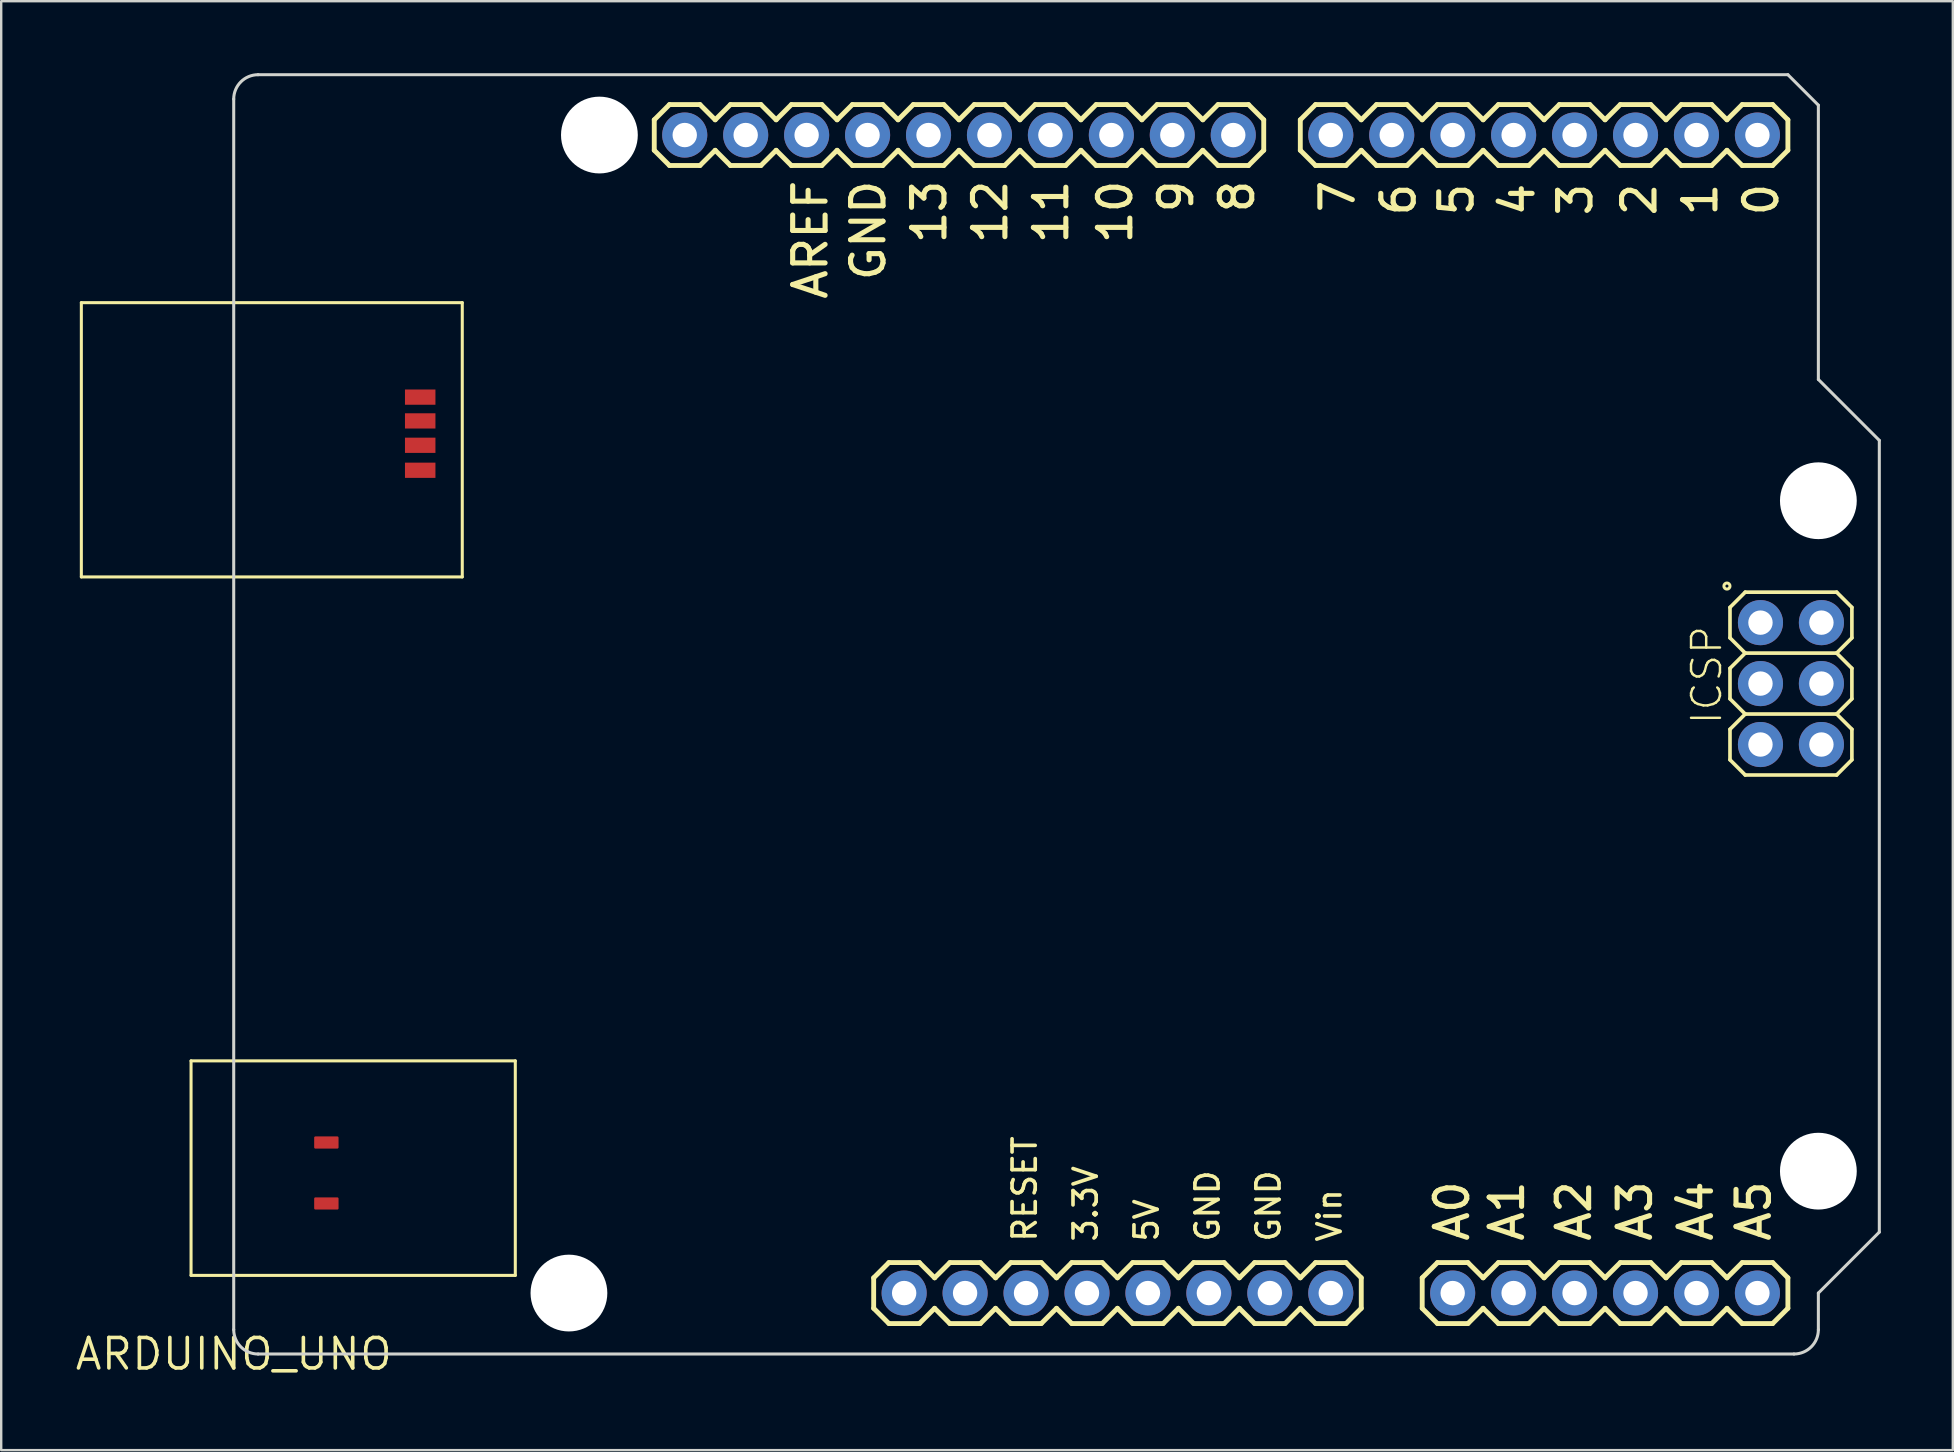
<source format=kicad_pcb>
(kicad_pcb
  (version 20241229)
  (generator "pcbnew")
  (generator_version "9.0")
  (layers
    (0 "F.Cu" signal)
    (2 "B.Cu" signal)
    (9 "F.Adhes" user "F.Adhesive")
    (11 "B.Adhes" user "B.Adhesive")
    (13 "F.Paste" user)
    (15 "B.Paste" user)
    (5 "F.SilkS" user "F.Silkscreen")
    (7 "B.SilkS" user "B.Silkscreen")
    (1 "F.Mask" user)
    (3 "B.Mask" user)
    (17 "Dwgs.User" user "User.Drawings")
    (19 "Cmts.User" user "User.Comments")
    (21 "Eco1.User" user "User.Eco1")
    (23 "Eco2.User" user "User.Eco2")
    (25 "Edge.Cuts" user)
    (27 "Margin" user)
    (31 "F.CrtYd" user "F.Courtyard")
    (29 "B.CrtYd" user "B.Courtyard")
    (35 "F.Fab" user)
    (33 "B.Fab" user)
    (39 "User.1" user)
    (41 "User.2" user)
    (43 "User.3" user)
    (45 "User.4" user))
  (footprint "ARDUINO_UNO"
    (layer "F.Cu")
    (at 6.69 53.378)
    (property "Reference" "ARDUINO_UNO" (at 0 0 0) (layer "F.SilkS") (effects (font (size 1.27 1.27) (thickness 0.15))))
    (attr through_hole)
    (fp_line (start -6.35 -43.815) (end -6.35 -32.385) (stroke (width 0.127) (type solid)) (layer "F.SilkS"))
    (fp_line (start -6.35 -32.385) (end 9.525 -32.385) (stroke (width 0.127) (type solid)) (layer "F.SilkS"))
    (fp_line (start -1.778 -12.217) (end -1.778 -3.277) (stroke (width 0.127) (type solid)) (layer "F.SilkS"))
    (fp_line (start -1.778 -3.277) (end 11.735 -3.277) (stroke (width 0.127) (type solid)) (layer "F.SilkS"))
    (fp_line (start 9.525 -43.815) (end -6.35 -43.815) (stroke (width 0.127) (type solid)) (layer "F.SilkS"))
    (fp_line (start 9.525 -32.385) (end 9.525 -43.815) (stroke (width 0.127) (type solid)) (layer "F.SilkS"))
    (fp_line (start 11.735 -12.217) (end -1.778 -12.217) (stroke (width 0.127) (type solid)) (layer "F.SilkS"))
    (fp_line (start 11.735 -3.277) (end 11.735 -12.217) (stroke (width 0.127) (type solid)) (layer "F.SilkS"))
    (fp_line (start 17.526 -51.435) (end 17.526 -50.165) (stroke (width 0.203) (type solid)) (layer "F.SilkS"))
    (fp_line (start 17.526 -50.165) (end 18.161 -49.53) (stroke (width 0.203) (type solid)) (layer "F.SilkS"))
    (fp_line (start 18.161 -52.07) (end 17.526 -51.435) (stroke (width 0.203) (type solid)) (layer "F.SilkS"))
    (fp_line (start 18.161 -52.07) (end 19.431 -52.07) (stroke (width 0.203) (type solid)) (layer "F.SilkS"))
    (fp_line (start 19.431 -52.07) (end 20.066 -51.435) (stroke (width 0.203) (type solid)) (layer "F.SilkS"))
    (fp_line (start 19.431 -49.53) (end 18.161 -49.53) (stroke (width 0.203) (type solid)) (layer "F.SilkS"))
    (fp_line (start 20.066 -50.165) (end 19.431 -49.53) (stroke (width 0.203) (type solid)) (layer "F.SilkS"))
    (fp_line (start 20.066 -50.165) (end 20.701 -49.53) (stroke (width 0.203) (type solid)) (layer "F.SilkS"))
    (fp_line (start 20.701 -52.07) (end 20.066 -51.435) (stroke (width 0.203) (type solid)) (layer "F.SilkS"))
    (fp_line (start 20.701 -52.07) (end 21.971 -52.07) (stroke (width 0.203) (type solid)) (layer "F.SilkS"))
    (fp_line (start 21.971 -52.07) (end 22.606 -51.435) (stroke (width 0.203) (type solid)) (layer "F.SilkS"))
    (fp_line (start 21.971 -49.53) (end 20.701 -49.53) (stroke (width 0.203) (type solid)) (layer "F.SilkS"))
    (fp_line (start 22.606 -50.165) (end 21.971 -49.53) (stroke (width 0.203) (type solid)) (layer "F.SilkS"))
    (fp_line (start 22.606 -50.165) (end 23.241 -49.53) (stroke (width 0.203) (type solid)) (layer "F.SilkS"))
    (fp_line (start 23.241 -52.07) (end 22.606 -51.435) (stroke (width 0.203) (type solid)) (layer "F.SilkS"))
    (fp_line (start 23.241 -52.07) (end 24.511 -52.07) (stroke (width 0.203) (type solid)) (layer "F.SilkS"))
    (fp_line (start 24.511 -52.07) (end 25.146 -51.435) (stroke (width 0.203) (type solid)) (layer "F.SilkS"))
    (fp_line (start 24.511 -49.53) (end 23.241 -49.53) (stroke (width 0.203) (type solid)) (layer "F.SilkS"))
    (fp_line (start 25.146 -51.435) (end 25.781 -52.07) (stroke (width 0.203) (type solid)) (layer "F.SilkS"))
    (fp_line (start 25.146 -50.165) (end 24.511 -49.53) (stroke (width 0.203) (type solid)) (layer "F.SilkS"))
    (fp_line (start 25.781 -52.07) (end 27.051 -52.07) (stroke (width 0.203) (type solid)) (layer "F.SilkS"))
    (fp_line (start 25.781 -49.53) (end 25.146 -50.165) (stroke (width 0.203) (type solid)) (layer "F.SilkS"))
    (fp_line (start 26.67 -3.175) (end 26.67 -1.905) (stroke (width 0.203) (type solid)) (layer "F.SilkS"))
    (fp_line (start 26.67 -1.905) (end 27.305 -1.27) (stroke (width 0.203) (type solid)) (layer "F.SilkS"))
    (fp_line (start 27.051 -52.07) (end 27.686 -51.435) (stroke (width 0.203) (type solid)) (layer "F.SilkS"))
    (fp_line (start 27.051 -49.53) (end 25.781 -49.53) (stroke (width 0.203) (type solid)) (layer "F.SilkS"))
    (fp_line (start 27.305 -3.81) (end 26.67 -3.175) (stroke (width 0.203) (type solid)) (layer "F.SilkS"))
    (fp_line (start 27.305 -3.81) (end 28.575 -3.81) (stroke (width 0.203) (type solid)) (layer "F.SilkS"))
    (fp_line (start 27.686 -51.435) (end 28.321 -52.07) (stroke (width 0.203) (type solid)) (layer "F.SilkS"))
    (fp_line (start 27.686 -50.165) (end 27.051 -49.53) (stroke (width 0.203) (type solid)) (layer "F.SilkS"))
    (fp_line (start 28.321 -52.07) (end 29.591 -52.07) (stroke (width 0.203) (type solid)) (layer "F.SilkS"))
    (fp_line (start 28.321 -49.53) (end 27.686 -50.165) (stroke (width 0.203) (type solid)) (layer "F.SilkS"))
    (fp_line (start 28.575 -3.81) (end 29.21 -3.175) (stroke (width 0.203) (type solid)) (layer "F.SilkS"))
    (fp_line (start 28.575 -1.27) (end 27.305 -1.27) (stroke (width 0.203) (type solid)) (layer "F.SilkS"))
    (fp_line (start 29.21 -1.905) (end 28.575 -1.27) (stroke (width 0.203) (type solid)) (layer "F.SilkS"))
    (fp_line (start 29.21 -1.905) (end 29.845 -1.27) (stroke (width 0.203) (type solid)) (layer "F.SilkS"))
    (fp_line (start 29.591 -52.07) (end 30.226 -51.435) (stroke (width 0.203) (type solid)) (layer "F.SilkS"))
    (fp_line (start 29.591 -49.53) (end 28.321 -49.53) (stroke (width 0.203) (type solid)) (layer "F.SilkS"))
    (fp_line (start 29.845 -3.81) (end 29.21 -3.175) (stroke (width 0.203) (type solid)) (layer "F.SilkS"))
    (fp_line (start 29.845 -3.81) (end 31.115 -3.81) (stroke (width 0.203) (type solid)) (layer "F.SilkS"))
    (fp_line (start 30.226 -50.165) (end 29.591 -49.53) (stroke (width 0.203) (type solid)) (layer "F.SilkS"))
    (fp_line (start 30.226 -50.165) (end 30.861 -49.53) (stroke (width 0.203) (type solid)) (layer "F.SilkS"))
    (fp_line (start 30.861 -52.07) (end 30.226 -51.435) (stroke (width 0.203) (type solid)) (layer "F.SilkS"))
    (fp_line (start 30.861 -52.07) (end 32.131 -52.07) (stroke (width 0.203) (type solid)) (layer "F.SilkS"))
    (fp_line (start 31.115 -3.81) (end 31.75 -3.175) (stroke (width 0.203) (type solid)) (layer "F.SilkS"))
    (fp_line (start 31.115 -1.27) (end 29.845 -1.27) (stroke (width 0.203) (type solid)) (layer "F.SilkS"))
    (fp_line (start 31.75 -1.905) (end 31.115 -1.27) (stroke (width 0.203) (type solid)) (layer "F.SilkS"))
    (fp_line (start 31.75 -1.905) (end 32.385 -1.27) (stroke (width 0.203) (type solid)) (layer "F.SilkS"))
    (fp_line (start 32.131 -52.07) (end 32.766 -51.435) (stroke (width 0.203) (type solid)) (layer "F.SilkS"))
    (fp_line (start 32.131 -49.53) (end 30.861 -49.53) (stroke (width 0.203) (type solid)) (layer "F.SilkS"))
    (fp_line (start 32.385 -3.81) (end 31.75 -3.175) (stroke (width 0.203) (type solid)) (layer "F.SilkS"))
    (fp_line (start 32.385 -3.81) (end 33.655 -3.81) (stroke (width 0.203) (type solid)) (layer "F.SilkS"))
    (fp_line (start 32.766 -51.435) (end 33.401 -52.07) (stroke (width 0.203) (type solid)) (layer "F.SilkS"))
    (fp_line (start 32.766 -50.165) (end 32.131 -49.53) (stroke (width 0.203) (type solid)) (layer "F.SilkS"))
    (fp_line (start 33.401 -52.07) (end 34.671 -52.07) (stroke (width 0.203) (type solid)) (layer "F.SilkS"))
    (fp_line (start 33.401 -49.53) (end 32.766 -50.165) (stroke (width 0.203) (type solid)) (layer "F.SilkS"))
    (fp_line (start 33.655 -3.81) (end 34.29 -3.175) (stroke (width 0.203) (type solid)) (layer "F.SilkS"))
    (fp_line (start 33.655 -1.27) (end 32.385 -1.27) (stroke (width 0.203) (type solid)) (layer "F.SilkS"))
    (fp_line (start 34.29 -3.175) (end 34.925 -3.81) (stroke (width 0.203) (type solid)) (layer "F.SilkS"))
    (fp_line (start 34.29 -1.905) (end 33.655 -1.27) (stroke (width 0.203) (type solid)) (layer "F.SilkS"))
    (fp_line (start 34.671 -52.07) (end 35.306 -51.435) (stroke (width 0.203) (type solid)) (layer "F.SilkS"))
    (fp_line (start 34.671 -49.53) (end 33.401 -49.53) (stroke (width 0.203) (type solid)) (layer "F.SilkS"))
    (fp_line (start 34.925 -3.81) (end 36.195 -3.81) (stroke (width 0.203) (type solid)) (layer "F.SilkS"))
    (fp_line (start 34.925 -1.27) (end 34.29 -1.905) (stroke (width 0.203) (type solid)) (layer "F.SilkS"))
    (fp_line (start 35.306 -51.435) (end 35.941 -52.07) (stroke (width 0.203) (type solid)) (layer "F.SilkS"))
    (fp_line (start 35.306 -50.165) (end 34.671 -49.53) (stroke (width 0.203) (type solid)) (layer "F.SilkS"))
    (fp_line (start 35.941 -52.07) (end 37.211 -52.07) (stroke (width 0.203) (type solid)) (layer "F.SilkS"))
    (fp_line (start 35.941 -49.53) (end 35.306 -50.165) (stroke (width 0.203) (type solid)) (layer "F.SilkS"))
    (fp_line (start 36.195 -3.81) (end 36.83 -3.175) (stroke (width 0.203) (type solid)) (layer "F.SilkS"))
    (fp_line (start 36.195 -1.27) (end 34.925 -1.27) (stroke (width 0.203) (type solid)) (layer "F.SilkS"))
    (fp_line (start 36.83 -3.175) (end 37.465 -3.81) (stroke (width 0.203) (type solid)) (layer "F.SilkS"))
    (fp_line (start 36.83 -1.905) (end 36.195 -1.27) (stroke (width 0.203) (type solid)) (layer "F.SilkS"))
    (fp_line (start 37.211 -52.07) (end 37.846 -51.435) (stroke (width 0.203) (type solid)) (layer "F.SilkS"))
    (fp_line (start 37.211 -49.53) (end 35.941 -49.53) (stroke (width 0.203) (type solid)) (layer "F.SilkS"))
    (fp_line (start 37.465 -3.81) (end 38.735 -3.81) (stroke (width 0.203) (type solid)) (layer "F.SilkS"))
    (fp_line (start 37.465 -1.27) (end 36.83 -1.905) (stroke (width 0.203) (type solid)) (layer "F.SilkS"))
    (fp_line (start 37.846 -50.165) (end 37.211 -49.53) (stroke (width 0.203) (type solid)) (layer "F.SilkS"))
    (fp_line (start 37.846 -50.165) (end 38.481 -49.53) (stroke (width 0.203) (type solid)) (layer "F.SilkS"))
    (fp_line (start 38.481 -52.07) (end 37.846 -51.435) (stroke (width 0.203) (type solid)) (layer "F.SilkS"))
    (fp_line (start 38.481 -52.07) (end 39.751 -52.07) (stroke (width 0.203) (type solid)) (layer "F.SilkS"))
    (fp_line (start 38.735 -3.81) (end 39.37 -3.175) (stroke (width 0.203) (type solid)) (layer "F.SilkS"))
    (fp_line (start 38.735 -1.27) (end 37.465 -1.27) (stroke (width 0.203) (type solid)) (layer "F.SilkS"))
    (fp_line (start 39.37 -1.905) (end 38.735 -1.27) (stroke (width 0.203) (type solid)) (layer "F.SilkS"))
    (fp_line (start 39.37 -1.905) (end 40.005 -1.27) (stroke (width 0.203) (type solid)) (layer "F.SilkS"))
    (fp_line (start 39.751 -52.07) (end 40.386 -51.435) (stroke (width 0.203) (type solid)) (layer "F.SilkS"))
    (fp_line (start 39.751 -49.53) (end 38.481 -49.53) (stroke (width 0.203) (type solid)) (layer "F.SilkS"))
    (fp_line (start 40.005 -3.81) (end 39.37 -3.175) (stroke (width 0.203) (type solid)) (layer "F.SilkS"))
    (fp_line (start 40.005 -3.81) (end 41.275 -3.81) (stroke (width 0.203) (type solid)) (layer "F.SilkS"))
    (fp_line (start 40.386 -50.165) (end 39.751 -49.53) (stroke (width 0.203) (type solid)) (layer "F.SilkS"))
    (fp_line (start 40.386 -50.165) (end 41.021 -49.53) (stroke (width 0.203) (type solid)) (layer "F.SilkS"))
    (fp_line (start 41.021 -52.07) (end 40.386 -51.435) (stroke (width 0.203) (type solid)) (layer "F.SilkS"))
    (fp_line (start 41.021 -52.07) (end 42.291 -52.07) (stroke (width 0.203) (type solid)) (layer "F.SilkS"))
    (fp_line (start 41.275 -3.81) (end 41.91 -3.175) (stroke (width 0.203) (type solid)) (layer "F.SilkS"))
    (fp_line (start 41.275 -1.27) (end 40.005 -1.27) (stroke (width 0.203) (type solid)) (layer "F.SilkS"))
    (fp_line (start 41.91 -3.175) (end 42.545 -3.81) (stroke (width 0.203) (type solid)) (layer "F.SilkS"))
    (fp_line (start 41.91 -1.905) (end 41.275 -1.27) (stroke (width 0.203) (type solid)) (layer "F.SilkS"))
    (fp_line (start 42.291 -52.07) (end 42.926 -51.435) (stroke (width 0.203) (type solid)) (layer "F.SilkS"))
    (fp_line (start 42.291 -49.53) (end 41.021 -49.53) (stroke (width 0.203) (type solid)) (layer "F.SilkS"))
    (fp_line (start 42.545 -3.81) (end 43.815 -3.81) (stroke (width 0.203) (type solid)) (layer "F.SilkS"))
    (fp_line (start 42.545 -1.27) (end 41.91 -1.905) (stroke (width 0.203) (type solid)) (layer "F.SilkS"))
    (fp_line (start 42.926 -51.435) (end 42.926 -50.165) (stroke (width 0.203) (type solid)) (layer "F.SilkS"))
    (fp_line (start 42.926 -50.165) (end 42.291 -49.53) (stroke (width 0.203) (type solid)) (layer "F.SilkS"))
    (fp_line (start 43.815 -3.81) (end 44.45 -3.175) (stroke (width 0.203) (type solid)) (layer "F.SilkS"))
    (fp_line (start 43.815 -1.27) (end 42.545 -1.27) (stroke (width 0.203) (type solid)) (layer "F.SilkS"))
    (fp_line (start 44.45 -51.435) (end 44.45 -50.165) (stroke (width 0.203) (type solid)) (layer "F.SilkS"))
    (fp_line (start 44.45 -50.165) (end 45.085 -49.53) (stroke (width 0.203) (type solid)) (layer "F.SilkS"))
    (fp_line (start 44.45 -3.175) (end 45.085 -3.81) (stroke (width 0.203) (type solid)) (layer "F.SilkS"))
    (fp_line (start 44.45 -1.905) (end 43.815 -1.27) (stroke (width 0.203) (type solid)) (layer "F.SilkS"))
    (fp_line (start 45.085 -52.07) (end 44.45 -51.435) (stroke (width 0.203) (type solid)) (layer "F.SilkS"))
    (fp_line (start 45.085 -52.07) (end 46.355 -52.07) (stroke (width 0.203) (type solid)) (layer "F.SilkS"))
    (fp_line (start 45.085 -3.81) (end 46.355 -3.81) (stroke (width 0.203) (type solid)) (layer "F.SilkS"))
    (fp_line (start 45.085 -1.27) (end 44.45 -1.905) (stroke (width 0.203) (type solid)) (layer "F.SilkS"))
    (fp_line (start 46.355 -52.07) (end 46.99 -51.435) (stroke (width 0.203) (type solid)) (layer "F.SilkS"))
    (fp_line (start 46.355 -49.53) (end 45.085 -49.53) (stroke (width 0.203) (type solid)) (layer "F.SilkS"))
    (fp_line (start 46.355 -3.81) (end 46.99 -3.175) (stroke (width 0.203) (type solid)) (layer "F.SilkS"))
    (fp_line (start 46.355 -1.27) (end 45.085 -1.27) (stroke (width 0.203) (type solid)) (layer "F.SilkS"))
    (fp_line (start 46.99 -51.435) (end 47.625 -52.07) (stroke (width 0.203) (type solid)) (layer "F.SilkS"))
    (fp_line (start 46.99 -50.165) (end 46.355 -49.53) (stroke (width 0.203) (type solid)) (layer "F.SilkS"))
    (fp_line (start 46.99 -3.175) (end 46.99 -1.905) (stroke (width 0.203) (type solid)) (layer "F.SilkS"))
    (fp_line (start 46.99 -1.905) (end 46.355 -1.27) (stroke (width 0.203) (type solid)) (layer "F.SilkS"))
    (fp_line (start 47.625 -52.07) (end 48.895 -52.07) (stroke (width 0.203) (type solid)) (layer "F.SilkS"))
    (fp_line (start 47.625 -49.53) (end 46.99 -50.165) (stroke (width 0.203) (type solid)) (layer "F.SilkS"))
    (fp_line (start 48.895 -52.07) (end 49.53 -51.435) (stroke (width 0.203) (type solid)) (layer "F.SilkS"))
    (fp_line (start 48.895 -49.53) (end 47.625 -49.53) (stroke (width 0.203) (type solid)) (layer "F.SilkS"))
    (fp_line (start 49.53 -51.435) (end 50.165 -52.07) (stroke (width 0.203) (type solid)) (layer "F.SilkS"))
    (fp_line (start 49.53 -50.165) (end 48.895 -49.53) (stroke (width 0.203) (type solid)) (layer "F.SilkS"))
    (fp_line (start 49.53 -3.175) (end 49.53 -1.905) (stroke (width 0.203) (type solid)) (layer "F.SilkS"))
    (fp_line (start 49.53 -1.905) (end 50.165 -1.27) (stroke (width 0.203) (type solid)) (layer "F.SilkS"))
    (fp_line (start 50.165 -52.07) (end 51.435 -52.07) (stroke (width 0.203) (type solid)) (layer "F.SilkS"))
    (fp_line (start 50.165 -49.53) (end 49.53 -50.165) (stroke (width 0.203) (type solid)) (layer "F.SilkS"))
    (fp_line (start 50.165 -3.81) (end 49.53 -3.175) (stroke (width 0.203) (type solid)) (layer "F.SilkS"))
    (fp_line (start 50.165 -3.81) (end 51.435 -3.81) (stroke (width 0.203) (type solid)) (layer "F.SilkS"))
    (fp_line (start 51.435 -52.07) (end 52.07 -51.435) (stroke (width 0.203) (type solid)) (layer "F.SilkS"))
    (fp_line (start 51.435 -49.53) (end 50.165 -49.53) (stroke (width 0.203) (type solid)) (layer "F.SilkS"))
    (fp_line (start 51.435 -3.81) (end 52.07 -3.175) (stroke (width 0.203) (type solid)) (layer "F.SilkS"))
    (fp_line (start 51.435 -1.27) (end 50.165 -1.27) (stroke (width 0.203) (type solid)) (layer "F.SilkS"))
    (fp_line (start 52.07 -50.165) (end 51.435 -49.53) (stroke (width 0.203) (type solid)) (layer "F.SilkS"))
    (fp_line (start 52.07 -50.165) (end 52.705 -49.53) (stroke (width 0.203) (type solid)) (layer "F.SilkS"))
    (fp_line (start 52.07 -3.175) (end 52.705 -3.81) (stroke (width 0.203) (type solid)) (layer "F.SilkS"))
    (fp_line (start 52.07 -1.905) (end 51.435 -1.27) (stroke (width 0.203) (type solid)) (layer "F.SilkS"))
    (fp_line (start 52.705 -52.07) (end 52.07 -51.435) (stroke (width 0.203) (type solid)) (layer "F.SilkS"))
    (fp_line (start 52.705 -52.07) (end 53.975 -52.07) (stroke (width 0.203) (type solid)) (layer "F.SilkS"))
    (fp_line (start 52.705 -3.81) (end 53.975 -3.81) (stroke (width 0.203) (type solid)) (layer "F.SilkS"))
    (fp_line (start 52.705 -1.27) (end 52.07 -1.905) (stroke (width 0.203) (type solid)) (layer "F.SilkS"))
    (fp_line (start 53.975 -52.07) (end 54.61 -51.435) (stroke (width 0.203) (type solid)) (layer "F.SilkS"))
    (fp_line (start 53.975 -49.53) (end 52.705 -49.53) (stroke (width 0.203) (type solid)) (layer "F.SilkS"))
    (fp_line (start 53.975 -3.81) (end 54.61 -3.175) (stroke (width 0.203) (type solid)) (layer "F.SilkS"))
    (fp_line (start 53.975 -1.27) (end 52.705 -1.27) (stroke (width 0.203) (type solid)) (layer "F.SilkS"))
    (fp_line (start 54.61 -51.435) (end 55.245 -52.07) (stroke (width 0.203) (type solid)) (layer "F.SilkS"))
    (fp_line (start 54.61 -50.165) (end 53.975 -49.53) (stroke (width 0.203) (type solid)) (layer "F.SilkS"))
    (fp_line (start 54.61 -3.175) (end 55.245 -3.81) (stroke (width 0.203) (type solid)) (layer "F.SilkS"))
    (fp_line (start 54.61 -1.905) (end 53.975 -1.27) (stroke (width 0.203) (type solid)) (layer "F.SilkS"))
    (fp_line (start 55.245 -52.07) (end 56.515 -52.07) (stroke (width 0.203) (type solid)) (layer "F.SilkS"))
    (fp_line (start 55.245 -49.53) (end 54.61 -50.165) (stroke (width 0.203) (type solid)) (layer "F.SilkS"))
    (fp_line (start 55.245 -3.81) (end 56.515 -3.81) (stroke (width 0.203) (type solid)) (layer "F.SilkS"))
    (fp_line (start 55.245 -1.27) (end 54.61 -1.905) (stroke (width 0.203) (type solid)) (layer "F.SilkS"))
    (fp_line (start 56.515 -52.07) (end 57.15 -51.435) (stroke (width 0.203) (type solid)) (layer "F.SilkS"))
    (fp_line (start 56.515 -49.53) (end 55.245 -49.53) (stroke (width 0.203) (type solid)) (layer "F.SilkS"))
    (fp_line (start 56.515 -3.81) (end 57.15 -3.175) (stroke (width 0.203) (type solid)) (layer "F.SilkS"))
    (fp_line (start 56.515 -1.27) (end 55.245 -1.27) (stroke (width 0.203) (type solid)) (layer "F.SilkS"))
    (fp_line (start 57.15 -51.435) (end 57.785 -52.07) (stroke (width 0.203) (type solid)) (layer "F.SilkS"))
    (fp_line (start 57.15 -50.165) (end 56.515 -49.53) (stroke (width 0.203) (type solid)) (layer "F.SilkS"))
    (fp_line (start 57.15 -1.905) (end 56.515 -1.27) (stroke (width 0.203) (type solid)) (layer "F.SilkS"))
    (fp_line (start 57.15 -1.905) (end 57.785 -1.27) (stroke (width 0.203) (type solid)) (layer "F.SilkS"))
    (fp_line (start 57.785 -52.07) (end 59.055 -52.07) (stroke (width 0.203) (type solid)) (layer "F.SilkS"))
    (fp_line (start 57.785 -49.53) (end 57.15 -50.165) (stroke (width 0.203) (type solid)) (layer "F.SilkS"))
    (fp_line (start 57.785 -3.81) (end 57.15 -3.175) (stroke (width 0.203) (type solid)) (layer "F.SilkS"))
    (fp_line (start 57.785 -3.81) (end 59.055 -3.81) (stroke (width 0.203) (type solid)) (layer "F.SilkS"))
    (fp_line (start 59.055 -52.07) (end 59.69 -51.435) (stroke (width 0.203) (type solid)) (layer "F.SilkS"))
    (fp_line (start 59.055 -49.53) (end 57.785 -49.53) (stroke (width 0.203) (type solid)) (layer "F.SilkS"))
    (fp_line (start 59.055 -3.81) (end 59.69 -3.175) (stroke (width 0.203) (type solid)) (layer "F.SilkS"))
    (fp_line (start 59.055 -1.27) (end 57.785 -1.27) (stroke (width 0.203) (type solid)) (layer "F.SilkS"))
    (fp_line (start 59.69 -50.165) (end 59.055 -49.53) (stroke (width 0.203) (type solid)) (layer "F.SilkS"))
    (fp_line (start 59.69 -50.165) (end 60.325 -49.53) (stroke (width 0.203) (type solid)) (layer "F.SilkS"))
    (fp_line (start 59.69 -3.175) (end 60.325 -3.81) (stroke (width 0.203) (type solid)) (layer "F.SilkS"))
    (fp_line (start 59.69 -1.905) (end 59.055 -1.27) (stroke (width 0.203) (type solid)) (layer "F.SilkS"))
    (fp_line (start 60.325 -52.07) (end 59.69 -51.435) (stroke (width 0.203) (type solid)) (layer "F.SilkS"))
    (fp_line (start 60.325 -52.07) (end 61.595 -52.07) (stroke (width 0.203) (type solid)) (layer "F.SilkS"))
    (fp_line (start 60.325 -3.81) (end 61.595 -3.81) (stroke (width 0.203) (type solid)) (layer "F.SilkS"))
    (fp_line (start 60.325 -1.27) (end 59.69 -1.905) (stroke (width 0.203) (type solid)) (layer "F.SilkS"))
    (fp_line (start 61.595 -52.07) (end 62.23 -51.435) (stroke (width 0.203) (type solid)) (layer "F.SilkS"))
    (fp_line (start 61.595 -49.53) (end 60.325 -49.53) (stroke (width 0.203) (type solid)) (layer "F.SilkS"))
    (fp_line (start 61.595 -3.81) (end 62.23 -3.175) (stroke (width 0.203) (type solid)) (layer "F.SilkS"))
    (fp_line (start 61.595 -1.27) (end 60.325 -1.27) (stroke (width 0.203) (type solid)) (layer "F.SilkS"))
    (fp_line (start 62.23 -50.165) (end 61.595 -49.53) (stroke (width 0.203) (type solid)) (layer "F.SilkS"))
    (fp_line (start 62.23 -50.165) (end 62.865 -49.53) (stroke (width 0.203) (type solid)) (layer "F.SilkS"))
    (fp_line (start 62.23 -3.175) (end 62.865 -3.81) (stroke (width 0.203) (type solid)) (layer "F.SilkS"))
    (fp_line (start 62.23 -1.905) (end 61.595 -1.27) (stroke (width 0.203) (type solid)) (layer "F.SilkS"))
    (fp_line (start 62.357 -31.115) (end 62.992 -31.75) (stroke (width 0.152) (type solid)) (layer "F.SilkS"))
    (fp_line (start 62.357 -29.845) (end 62.357 -31.115) (stroke (width 0.152) (type solid)) (layer "F.SilkS"))
    (fp_line (start 62.357 -28.575) (end 62.992 -29.21) (stroke (width 0.152) (type solid)) (layer "F.SilkS"))
    (fp_line (start 62.357 -27.305) (end 62.357 -28.575) (stroke (width 0.152) (type solid)) (layer "F.SilkS"))
    (fp_line (start 62.357 -26.035) (end 62.992 -26.67) (stroke (width 0.152) (type solid)) (layer "F.SilkS"))
    (fp_line (start 62.357 -24.765) (end 62.357 -26.035) (stroke (width 0.152) (type solid)) (layer "F.SilkS"))
    (fp_line (start 62.865 -52.07) (end 62.23 -51.435) (stroke (width 0.203) (type solid)) (layer "F.SilkS"))
    (fp_line (start 62.865 -52.07) (end 64.135 -52.07) (stroke (width 0.203) (type solid)) (layer "F.SilkS"))
    (fp_line (start 62.865 -3.81) (end 64.135 -3.81) (stroke (width 0.203) (type solid)) (layer "F.SilkS"))
    (fp_line (start 62.865 -1.27) (end 62.23 -1.905) (stroke (width 0.203) (type solid)) (layer "F.SilkS"))
    (fp_line (start 62.992 -31.75) (end 66.802 -31.75) (stroke (width 0.152) (type solid)) (layer "F.SilkS"))
    (fp_line (start 62.992 -29.21) (end 62.357 -29.845) (stroke (width 0.152) (type solid)) (layer "F.SilkS"))
    (fp_line (start 62.992 -29.21) (end 66.802 -29.21) (stroke (width 0.152) (type solid)) (layer "F.SilkS"))
    (fp_line (start 62.992 -26.67) (end 62.357 -27.305) (stroke (width 0.152) (type solid)) (layer "F.SilkS"))
    (fp_line (start 62.992 -26.67) (end 66.802 -26.67) (stroke (width 0.152) (type solid)) (layer "F.SilkS"))
    (fp_line (start 62.992 -24.13) (end 62.357 -24.765) (stroke (width 0.152) (type solid)) (layer "F.SilkS"))
    (fp_line (start 62.992 -24.13) (end 66.802 -24.13) (stroke (width 0.152) (type solid)) (layer "F.SilkS"))
    (fp_line (start 64.135 -52.07) (end 64.77 -51.435) (stroke (width 0.203) (type solid)) (layer "F.SilkS"))
    (fp_line (start 64.135 -49.53) (end 62.865 -49.53) (stroke (width 0.203) (type solid)) (layer "F.SilkS"))
    (fp_line (start 64.135 -3.81) (end 64.77 -3.175) (stroke (width 0.203) (type solid)) (layer "F.SilkS"))
    (fp_line (start 64.135 -1.27) (end 62.865 -1.27) (stroke (width 0.203) (type solid)) (layer "F.SilkS"))
    (fp_line (start 64.77 -51.435) (end 64.77 -50.165) (stroke (width 0.203) (type solid)) (layer "F.SilkS"))
    (fp_line (start 64.77 -50.165) (end 64.135 -49.53) (stroke (width 0.203) (type solid)) (layer "F.SilkS"))
    (fp_line (start 64.77 -3.175) (end 64.77 -1.905) (stroke (width 0.203) (type solid)) (layer "F.SilkS"))
    (fp_line (start 64.77 -1.905) (end 64.135 -1.27) (stroke (width 0.203) (type solid)) (layer "F.SilkS"))
    (fp_line (start 66.802 -29.21) (end 67.437 -29.845) (stroke (width 0.152) (type solid)) (layer "F.SilkS"))
    (fp_line (start 66.802 -26.67) (end 67.437 -27.305) (stroke (width 0.152) (type solid)) (layer "F.SilkS"))
    (fp_line (start 66.802 -24.13) (end 67.437 -24.765) (stroke (width 0.152) (type solid)) (layer "F.SilkS"))
    (fp_line (start 67.437 -31.115) (end 66.802 -31.75) (stroke (width 0.152) (type solid)) (layer "F.SilkS"))
    (fp_line (start 67.437 -29.845) (end 67.437 -31.115) (stroke (width 0.152) (type solid)) (layer "F.SilkS"))
    (fp_line (start 67.437 -28.575) (end 66.802 -29.21) (stroke (width 0.152) (type solid)) (layer "F.SilkS"))
    (fp_line (start 67.437 -27.305) (end 67.437 -28.575) (stroke (width 0.152) (type solid)) (layer "F.SilkS"))
    (fp_line (start 67.437 -26.035) (end 66.802 -26.67) (stroke (width 0.152) (type solid)) (layer "F.SilkS"))
    (fp_line (start 67.437 -24.765) (end 67.437 -26.035) (stroke (width 0.152) (type solid)) (layer "F.SilkS"))
    (fp_circle (center 62.23 -32.004) (end 62.357 -32.004) (stroke (width 0.127) (type solid)) (fill no) (layer "F.SilkS"))
    (fp_line (start 0 -1.016) (end 0 -52.299) (stroke (width 0.127) (type solid)) (layer "Edge.Cuts"))
    (fp_line (start 1.016 -53.315) (end 64.77 -53.315) (stroke (width 0.127) (type solid)) (layer "Edge.Cuts"))
    (fp_line (start 64.77 -53.315) (end 66.04 -52.045) (stroke (width 0.127) (type solid)) (layer "Edge.Cuts"))
    (fp_line (start 65.024 0) (end 1.016 0) (stroke (width 0.127) (type solid)) (layer "Edge.Cuts"))
    (fp_line (start 66.04 -52.045) (end 66.04 -40.615) (stroke (width 0.127) (type solid)) (layer "Edge.Cuts"))
    (fp_line (start 66.04 -40.615) (end 68.58 -38.075) (stroke (width 0.127) (type solid)) (layer "Edge.Cuts"))
    (fp_line (start 66.04 -2.54) (end 66.04 -1.016) (stroke (width 0.127) (type solid)) (layer "Edge.Cuts"))
    (fp_line (start 68.58 -38.075) (end 68.58 -5.08) (stroke (width 0.127) (type solid)) (layer "Edge.Cuts"))
    (fp_line (start 68.58 -5.08) (end 66.04 -2.54) (stroke (width 0.127) (type solid)) (layer "Edge.Cuts"))
    (fp_arc (start 0 -52.2986) (mid 0.29758 -53.01702) (end 1.016 -53.3146) (stroke (width 0.127) (type solid)) (layer "Edge.Cuts"))
    (fp_arc (start 1.016 0) (mid 0.29758 -0.29758) (end 0 -1.016) (stroke (width 0.127) (type solid)) (layer "Edge.Cuts"))
    (fp_arc (start 66.04 -1.016) (mid 65.74242 -0.29758) (end 65.024 0) (stroke (width 0.127) (type solid)) (layer "Edge.Cuts"))
    (fp_poly (pts (xy 18.542 -50.546) (xy 19.05 -50.546) (xy 19.05 -51.054) (xy 18.542 -51.054)) (stroke (width 0.1) (type solid)) (fill no) (layer "F.Fab"))
    (fp_poly (pts (xy 21.082 -50.546) (xy 21.59 -50.546) (xy 21.59 -51.054) (xy 21.082 -51.054)) (stroke (width 0.1) (type solid)) (fill no) (layer "F.Fab"))
    (fp_poly (pts (xy 23.622 -50.546) (xy 24.13 -50.546) (xy 24.13 -51.054) (xy 23.622 -51.054)) (stroke (width 0.1) (type solid)) (fill no) (layer "F.Fab"))
    (fp_poly (pts (xy 26.162 -50.546) (xy 26.67 -50.546) (xy 26.67 -51.054) (xy 26.162 -51.054)) (stroke (width 0.1) (type solid)) (fill no) (layer "F.Fab"))
    (fp_poly (pts (xy 27.686 -2.286) (xy 28.194 -2.286) (xy 28.194 -2.794) (xy 27.686 -2.794)) (stroke (width 0.1) (type solid)) (fill no) (layer "F.Fab"))
    (fp_poly (pts (xy 28.702 -50.546) (xy 29.21 -50.546) (xy 29.21 -51.054) (xy 28.702 -51.054)) (stroke (width 0.1) (type solid)) (fill no) (layer "F.Fab"))
    (fp_poly (pts (xy 30.226 -2.286) (xy 30.734 -2.286) (xy 30.734 -2.794) (xy 30.226 -2.794)) (stroke (width 0.1) (type solid)) (fill no) (layer "F.Fab"))
    (fp_poly (pts (xy 31.242 -50.546) (xy 31.75 -50.546) (xy 31.75 -51.054) (xy 31.242 -51.054)) (stroke (width 0.1) (type solid)) (fill no) (layer "F.Fab"))
    (fp_poly (pts (xy 32.766 -2.286) (xy 33.274 -2.286) (xy 33.274 -2.794) (xy 32.766 -2.794)) (stroke (width 0.1) (type solid)) (fill no) (layer "F.Fab"))
    (fp_poly (pts (xy 33.782 -50.546) (xy 34.29 -50.546) (xy 34.29 -51.054) (xy 33.782 -51.054)) (stroke (width 0.1) (type solid)) (fill no) (layer "F.Fab"))
    (fp_poly (pts (xy 35.306 -2.286) (xy 35.814 -2.286) (xy 35.814 -2.794) (xy 35.306 -2.794)) (stroke (width 0.1) (type solid)) (fill no) (layer "F.Fab"))
    (fp_poly (pts (xy 36.322 -50.546) (xy 36.83 -50.546) (xy 36.83 -51.054) (xy 36.322 -51.054)) (stroke (width 0.1) (type solid)) (fill no) (layer "F.Fab"))
    (fp_poly (pts (xy 37.846 -2.286) (xy 38.354 -2.286) (xy 38.354 -2.794) (xy 37.846 -2.794)) (stroke (width 0.1) (type solid)) (fill no) (layer "F.Fab"))
    (fp_poly (pts (xy 38.862 -50.546) (xy 39.37 -50.546) (xy 39.37 -51.054) (xy 38.862 -51.054)) (stroke (width 0.1) (type solid)) (fill no) (layer "F.Fab"))
    (fp_poly (pts (xy 40.386 -2.286) (xy 40.894 -2.286) (xy 40.894 -2.794) (xy 40.386 -2.794)) (stroke (width 0.1) (type solid)) (fill no) (layer "F.Fab"))
    (fp_poly (pts (xy 41.402 -50.546) (xy 41.91 -50.546) (xy 41.91 -51.054) (xy 41.402 -51.054)) (stroke (width 0.1) (type solid)) (fill no) (layer "F.Fab"))
    (fp_poly (pts (xy 42.926 -2.286) (xy 43.434 -2.286) (xy 43.434 -2.794) (xy 42.926 -2.794)) (stroke (width 0.1) (type solid)) (fill no) (layer "F.Fab"))
    (fp_poly (pts (xy 45.466 -50.546) (xy 45.974 -50.546) (xy 45.974 -51.054) (xy 45.466 -51.054)) (stroke (width 0.1) (type solid)) (fill no) (layer "F.Fab"))
    (fp_poly (pts (xy 45.466 -2.286) (xy 45.974 -2.286) (xy 45.974 -2.794) (xy 45.466 -2.794)) (stroke (width 0.1) (type solid)) (fill no) (layer "F.Fab"))
    (fp_poly (pts (xy 48.006 -50.546) (xy 48.514 -50.546) (xy 48.514 -51.054) (xy 48.006 -51.054)) (stroke (width 0.1) (type solid)) (fill no) (layer "F.Fab"))
    (fp_poly (pts (xy 50.546 -50.546) (xy 51.054 -50.546) (xy 51.054 -51.054) (xy 50.546 -51.054)) (stroke (width 0.1) (type solid)) (fill no) (layer "F.Fab"))
    (fp_poly (pts (xy 50.546 -2.286) (xy 51.054 -2.286) (xy 51.054 -2.794) (xy 50.546 -2.794)) (stroke (width 0.1) (type solid)) (fill no) (layer "F.Fab"))
    (fp_poly (pts (xy 53.086 -50.546) (xy 53.594 -50.546) (xy 53.594 -51.054) (xy 53.086 -51.054)) (stroke (width 0.1) (type solid)) (fill no) (layer "F.Fab"))
    (fp_poly (pts (xy 53.086 -2.286) (xy 53.594 -2.286) (xy 53.594 -2.794) (xy 53.086 -2.794)) (stroke (width 0.1) (type solid)) (fill no) (layer "F.Fab"))
    (fp_poly (pts (xy 55.626 -50.546) (xy 56.134 -50.546) (xy 56.134 -51.054) (xy 55.626 -51.054)) (stroke (width 0.1) (type solid)) (fill no) (layer "F.Fab"))
    (fp_poly (pts (xy 55.626 -2.286) (xy 56.134 -2.286) (xy 56.134 -2.794) (xy 55.626 -2.794)) (stroke (width 0.1) (type solid)) (fill no) (layer "F.Fab"))
    (fp_poly (pts (xy 58.166 -50.546) (xy 58.674 -50.546) (xy 58.674 -51.054) (xy 58.166 -51.054)) (stroke (width 0.1) (type solid)) (fill no) (layer "F.Fab"))
    (fp_poly (pts (xy 58.166 -2.286) (xy 58.674 -2.286) (xy 58.674 -2.794) (xy 58.166 -2.794)) (stroke (width 0.1) (type solid)) (fill no) (layer "F.Fab"))
    (fp_poly (pts (xy 60.706 -50.546) (xy 61.214 -50.546) (xy 61.214 -51.054) (xy 60.706 -51.054)) (stroke (width 0.1) (type solid)) (fill no) (layer "F.Fab"))
    (fp_poly (pts (xy 60.706 -2.286) (xy 61.214 -2.286) (xy 61.214 -2.794) (xy 60.706 -2.794)) (stroke (width 0.1) (type solid)) (fill no) (layer "F.Fab"))
    (fp_poly (pts (xy 63.246 -50.546) (xy 63.754 -50.546) (xy 63.754 -51.054) (xy 63.246 -51.054)) (stroke (width 0.1) (type solid)) (fill no) (layer "F.Fab"))
    (fp_poly (pts (xy 63.246 -2.286) (xy 63.754 -2.286) (xy 63.754 -2.794) (xy 63.246 -2.794)) (stroke (width 0.1) (type solid)) (fill no) (layer "F.Fab"))
    (fp_poly (pts (xy 63.881 -30.226) (xy 63.881 -30.734) (xy 63.373 -30.734) (xy 63.373 -30.226)) (stroke (width 0.1) (type solid)) (fill no) (layer "F.Fab"))
    (fp_poly (pts (xy 63.881 -27.686) (xy 63.881 -28.194) (xy 63.373 -28.194) (xy 63.373 -27.686)) (stroke (width 0.1) (type solid)) (fill no) (layer "F.Fab"))
    (fp_poly (pts (xy 63.881 -25.146) (xy 63.881 -25.654) (xy 63.373 -25.654) (xy 63.373 -25.146)) (stroke (width 0.1) (type solid)) (fill no) (layer "F.Fab"))
    (fp_poly (pts (xy 66.421 -30.226) (xy 66.421 -30.734) (xy 65.913 -30.734) (xy 65.913 -30.226)) (stroke (width 0.1) (type solid)) (fill no) (layer "F.Fab"))
    (fp_poly (pts (xy 66.421 -27.686) (xy 66.421 -28.194) (xy 65.913 -28.194) (xy 65.913 -27.686)) (stroke (width 0.1) (type solid)) (fill no) (layer "F.Fab"))
    (fp_poly (pts (xy 66.421 -25.146) (xy 66.421 -25.654) (xy 65.913 -25.654) (xy 65.913 -25.146)) (stroke (width 0.1) (type solid)) (fill no) (layer "F.Fab"))
    (fp_text user "GND" (at 43.688 -4.597 90) (layer "F.SilkS") (effects (font (size 0.965 0.965) (thickness 0.152)) (justify left bottom)))
    (fp_text user "A3" (at 59.182 -4.597 90) (layer "F.SilkS") (effects (font (size 1.351 1.351) (thickness 0.213)) (justify left bottom)))
    (fp_text user "A2" (at 56.642 -4.597 90) (layer "F.SilkS") (effects (font (size 1.351 1.351) (thickness 0.213)) (justify left bottom)))
    (fp_text user "12" (at 30.734 -49.022 90) (layer "F.SilkS") (effects (font (size 1.351 1.351) (thickness 0.213)) (justify right top)))
    (fp_text user "2" (at 57.785 -48.895 90) (layer "F.SilkS") (effects (font (size 1.351 1.351) (thickness 0.213)) (justify right top)))
    (fp_text user "4" (at 52.705 -48.895 90) (layer "F.SilkS") (effects (font (size 1.351 1.351) (thickness 0.213)) (justify right top)))
    (fp_text user "RESET" (at 33.528 -4.597 90) (layer "F.SilkS") (effects (font (size 0.965 0.965) (thickness 0.152)) (justify left bottom)))
    (fp_text user "3.3V" (at 36.068 -4.597 90) (layer "F.SilkS") (effects (font (size 0.965 0.965) (thickness 0.152)) (justify left bottom)))
    (fp_text user "7" (at 45.212 -49.022 90) (layer "F.SilkS") (effects (font (size 1.351 1.351) (thickness 0.213)) (justify right top)))
    (fp_text user "GND" (at 25.654 -49.022 90) (layer "F.SilkS") (effects (font (size 1.351 1.351) (thickness 0.213)) (justify right top)))
    (fp_text user "GND" (at 41.148 -4.597 90) (layer "F.SilkS") (effects (font (size 0.965 0.965) (thickness 0.152)) (justify left bottom)))
    (fp_text user "A1" (at 53.848 -4.597 90) (layer "F.SilkS") (effects (font (size 1.351 1.351) (thickness 0.213)) (justify left bottom)))
    (fp_text user "6" (at 47.752 -48.895 90) (layer "F.SilkS") (effects (font (size 1.351 1.351) (thickness 0.213)) (justify right top)))
    (fp_text user "13" (at 28.194 -49.022 90) (layer "F.SilkS") (effects (font (size 1.351 1.351) (thickness 0.213)) (justify right top)))
    (fp_text user "8" (at 41.021 -49.022 90) (layer "F.SilkS") (effects (font (size 1.351 1.351) (thickness 0.213)) (justify right top)))
    (fp_text user "5" (at 50.165 -48.895 90) (layer "F.SilkS") (effects (font (size 1.351 1.351) (thickness 0.213)) (justify right top)))
    (fp_text user "1" (at 60.325 -48.895 90) (layer "F.SilkS") (effects (font (size 1.351 1.351) (thickness 0.213)) (justify right top)))
    (fp_text user "AREF" (at 23.241 -49.022 90) (layer "F.SilkS") (effects (font (size 1.351 1.351) (thickness 0.213)) (justify right top)))
    (fp_text user "10" (at 35.941 -49.022 90) (layer "F.SilkS") (effects (font (size 1.351 1.351) (thickness 0.213)) (justify right top)))
    (fp_text user "5V" (at 38.608 -4.597 90) (layer "F.SilkS") (effects (font (size 0.965 0.965) (thickness 0.152)) (justify left bottom)))
    (fp_text user "0" (at 62.865 -48.895 90) (layer "F.SilkS") (effects (font (size 1.351 1.351) (thickness 0.213)) (justify right top)))
    (fp_text user "11" (at 33.274 -49.022 90) (layer "F.SilkS") (effects (font (size 1.351 1.351) (thickness 0.213)) (justify right top)))
    (fp_text user "Vin" (at 46.228 -4.597 90) (layer "F.SilkS") (effects (font (size 0.965 0.965) (thickness 0.152)) (justify left bottom)))
    (fp_text user "A4" (at 61.722 -4.597 90) (layer "F.SilkS") (effects (font (size 1.351 1.351) (thickness 0.213)) (justify left bottom)))
    (fp_text user "A0" (at 51.562 -4.597 90) (layer "F.SilkS") (effects (font (size 1.351 1.351) (thickness 0.213)) (justify left bottom)))
    (fp_text user "9" (at 38.481 -49.022 90) (layer "F.SilkS") (effects (font (size 1.351 1.351) (thickness 0.213)) (justify right top)))
    (fp_text user "A5" (at 64.135 -4.597 90) (layer "F.SilkS") (effects (font (size 1.351 1.351) (thickness 0.213)) (justify left bottom)))
    (fp_text user "3" (at 55.118 -48.895 90) (layer "F.SilkS") (effects (font (size 1.351 1.351) (thickness 0.213)) (justify right top)))
    (fp_text user "ICSP" (at 60.681 -30.429 90) (layer "F.SilkS") (effects (font (size 1.206 1.206) (thickness 0.102)) (justify right top)))
    (fp_text user "Arduino" (at 24.333 -32.436 0) (layer "Edge.Cuts") (effects (font (size 2.413 2.413) (thickness 0.203)) (justify left bottom)))
    (fp_text user "Uno" (at 24.333 -28.55 0) (layer "Edge.Cuts") (effects (font (size 2.413 2.413) (thickness 0.203)) (justify left bottom)))
    (pad "" np_thru_hole circle (at 13.97 -2.54) (size 3.2 3.2) (drill 3.2) (layers "*.Cu" "*.Mask"))
    (pad "" np_thru_hole circle (at 15.24 -50.8) (size 3.2 3.2) (drill 3.2) (layers "*.Cu" "*.Mask"))
    (pad "" np_thru_hole circle (at 66.04 -35.56) (size 3.2 3.2) (drill 3.2) (layers "*.Cu" "*.Mask"))
    (pad "" np_thru_hole circle (at 66.04 -7.62) (size 3.2 3.2) (drill 3.2) (layers "*.Cu" "*.Mask"))
    (pad "+5V" thru_hole circle (at 66.167 -30.48 90) (size 1.88 1.88) (drill 1.016) (layers "*.Cu" "*.Mask"))
    (pad "0" thru_hole circle (at 63.5 -50.8 90) (size 1.88 1.88) (drill 1.016) (layers "*.Cu" "*.Mask"))
    (pad "1" thru_hole circle (at 60.96 -50.8 90) (size 1.88 1.88) (drill 1.016) (layers "*.Cu" "*.Mask"))
    (pad "2" thru_hole circle (at 58.42 -50.8 90) (size 1.88 1.88) (drill 1.016) (layers "*.Cu" "*.Mask"))
    (pad "3" thru_hole circle (at 55.88 -50.8 90) (size 1.88 1.88) (drill 1.016) (layers "*.Cu" "*.Mask"))
    (pad "3.3V" thru_hole circle (at 35.56 -2.54 90) (size 1.88 1.88) (drill 1.016) (layers "*.Cu" "*.Mask"))
    (pad "4" thru_hole circle (at 53.34 -50.8 90) (size 1.88 1.88) (drill 1.016) (layers "*.Cu" "*.Mask"))
    (pad "5" thru_hole circle (at 50.8 -50.8 90) (size 1.88 1.88) (drill 1.016) (layers "*.Cu" "*.Mask"))
    (pad "5V" thru_hole circle (at 38.1 -2.54 90) (size 1.88 1.88) (drill 1.016) (layers "*.Cu" "*.Mask"))
    (pad "6" thru_hole circle (at 48.26 -50.8 90) (size 1.88 1.88) (drill 1.016) (layers "*.Cu" "*.Mask"))
    (pad "7" thru_hole circle (at 45.72 -50.8 90) (size 1.88 1.88) (drill 1.016) (layers "*.Cu" "*.Mask"))
    (pad "8" thru_hole circle (at 41.656 -50.8 90) (size 1.88 1.88) (drill 1.016) (layers "*.Cu" "*.Mask"))
    (pad "9" thru_hole circle (at 39.116 -50.8 90) (size 1.88 1.88) (drill 1.016) (layers "*.Cu" "*.Mask"))
    (pad "10" thru_hole circle (at 36.576 -50.8 90) (size 1.88 1.88) (drill 1.016) (layers "*.Cu" "*.Mask"))
    (pad "11" thru_hole circle (at 34.036 -50.8 90) (size 1.88 1.88) (drill 1.016) (layers "*.Cu" "*.Mask"))
    (pad "12" thru_hole circle (at 31.496 -50.8 90) (size 1.88 1.88) (drill 1.016) (layers "*.Cu" "*.Mask"))
    (pad "13" thru_hole circle (at 28.956 -50.8 90) (size 1.88 1.88) (drill 1.016) (layers "*.Cu" "*.Mask"))
    (pad "<PWR>+V" smd roundrect (at 3.861 -8.814) (size 1.016 0.508) (layers "F.Cu" "F.Mask" "F.Paste") (roundrect_rratio 0.1))
    (pad "<PWR>-V" smd roundrect (at 3.861 -6.274) (size 1.016 0.508) (layers "F.Cu" "F.Mask" "F.Paste") (roundrect_rratio 0.1))
    (pad "<USB>+V" smd rect (at 7.772 -39.878) (size 1.27 0.635) (layers "F.Cu" "F.Mask" "F.Paste"))
    (pad "<USB>D+" smd rect (at 7.772 -38.887) (size 1.27 0.635) (layers "F.Cu" "F.Mask" "F.Paste"))
    (pad "<USB>D-" smd rect (at 7.772 -37.871) (size 1.27 0.635) (layers "F.Cu" "F.Mask" "F.Paste"))
    (pad "<USB>GND" smd rect (at 7.772 -36.83) (size 1.27 0.635) (layers "F.Cu" "F.Mask" "F.Paste"))
    (pad "A0" thru_hole circle (at 50.8 -2.54 90) (size 1.88 1.88) (drill 1.016) (layers "*.Cu" "*.Mask"))
    (pad "A1" thru_hole circle (at 53.34 -2.54 90) (size 1.88 1.88) (drill 1.016) (layers "*.Cu" "*.Mask"))
    (pad "A2" thru_hole circle (at 55.88 -2.54 90) (size 1.88 1.88) (drill 1.016) (layers "*.Cu" "*.Mask"))
    (pad "A3" thru_hole circle (at 58.42 -2.54 90) (size 1.88 1.88) (drill 1.016) (layers "*.Cu" "*.Mask"))
    (pad "A4" thru_hole circle (at 60.96 -2.54 90) (size 1.88 1.88) (drill 1.016) (layers "*.Cu" "*.Mask"))
    (pad "A5" thru_hole circle (at 63.5 -2.54 90) (size 1.88 1.88) (drill 1.016) (layers "*.Cu" "*.Mask"))
    (pad "AREF" thru_hole circle (at 23.876 -50.8 90) (size 1.88 1.88) (drill 1.016) (layers "*.Cu" "*.Mask"))
    (pad "GND" thru_hole circle (at 26.416 -50.8 90) (size 1.88 1.88) (drill 1.016) (layers "*.Cu" "*.Mask"))
    (pad "GND." thru_hole circle (at 43.18 -2.54 90) (size 1.88 1.88) (drill 1.016) (layers "*.Cu" "*.Mask"))
    (pad "GND.." thru_hole circle (at 40.64 -2.54 90) (size 1.88 1.88) (drill 1.016) (layers "*.Cu" "*.Mask"))
    (pad "GND_" thru_hole circle (at 66.167 -25.4 90) (size 1.88 1.88) (drill 1.016) (layers "*.Cu" "*.Mask"))
    (pad "I/OREF" thru_hole circle (at 30.48 -2.54 90) (size 1.88 1.88) (drill 1.016) (layers "*.Cu" "*.Mask"))
    (pad "MISO" thru_hole circle (at 63.627 -30.48 90) (size 1.88 1.88) (drill 1.016) (layers "*.Cu" "*.Mask"))
    (pad "MOSI" thru_hole circle (at 66.167 -27.94 90) (size 1.88 1.88) (drill 1.016) (layers "*.Cu" "*.Mask"))
    (pad "N/C" thru_hole circle (at 27.94 -2.54 90) (size 1.88 1.88) (drill 1.016) (layers "*.Cu" "*.Mask"))
    (pad "RESET" thru_hole circle (at 33.02 -2.54 90) (size 1.88 1.88) (drill 1.016) (layers "*.Cu" "*.Mask"))
    (pad "RESET." thru_hole circle (at 63.627 -25.4 90) (size 1.88 1.88) (drill 1.016) (layers "*.Cu" "*.Mask"))
    (pad "SCK" thru_hole circle (at 63.627 -27.94 90) (size 1.88 1.88) (drill 1.016) (layers "*.Cu" "*.Mask"))
    (pad "SCL" thru_hole circle (at 18.796 -50.8 90) (size 1.88 1.88) (drill 1.016) (layers "*.Cu" "*.Mask"))
    (pad "SDA" thru_hole circle (at 21.336 -50.8 90) (size 1.88 1.88) (drill 1.016) (layers "*.Cu" "*.Mask"))
    (pad "VIN" thru_hole circle (at 45.72 -2.54 90) (size 1.88 1.88) (drill 1.016) (layers "*.Cu" "*.Mask")))
  (gr_rect
    (start -3 -3)
    (end 78.333 57.384)
    (stroke (width 0.1) (type default))
    (fill no)
    (layer "Edge.Cuts")))
</source>
